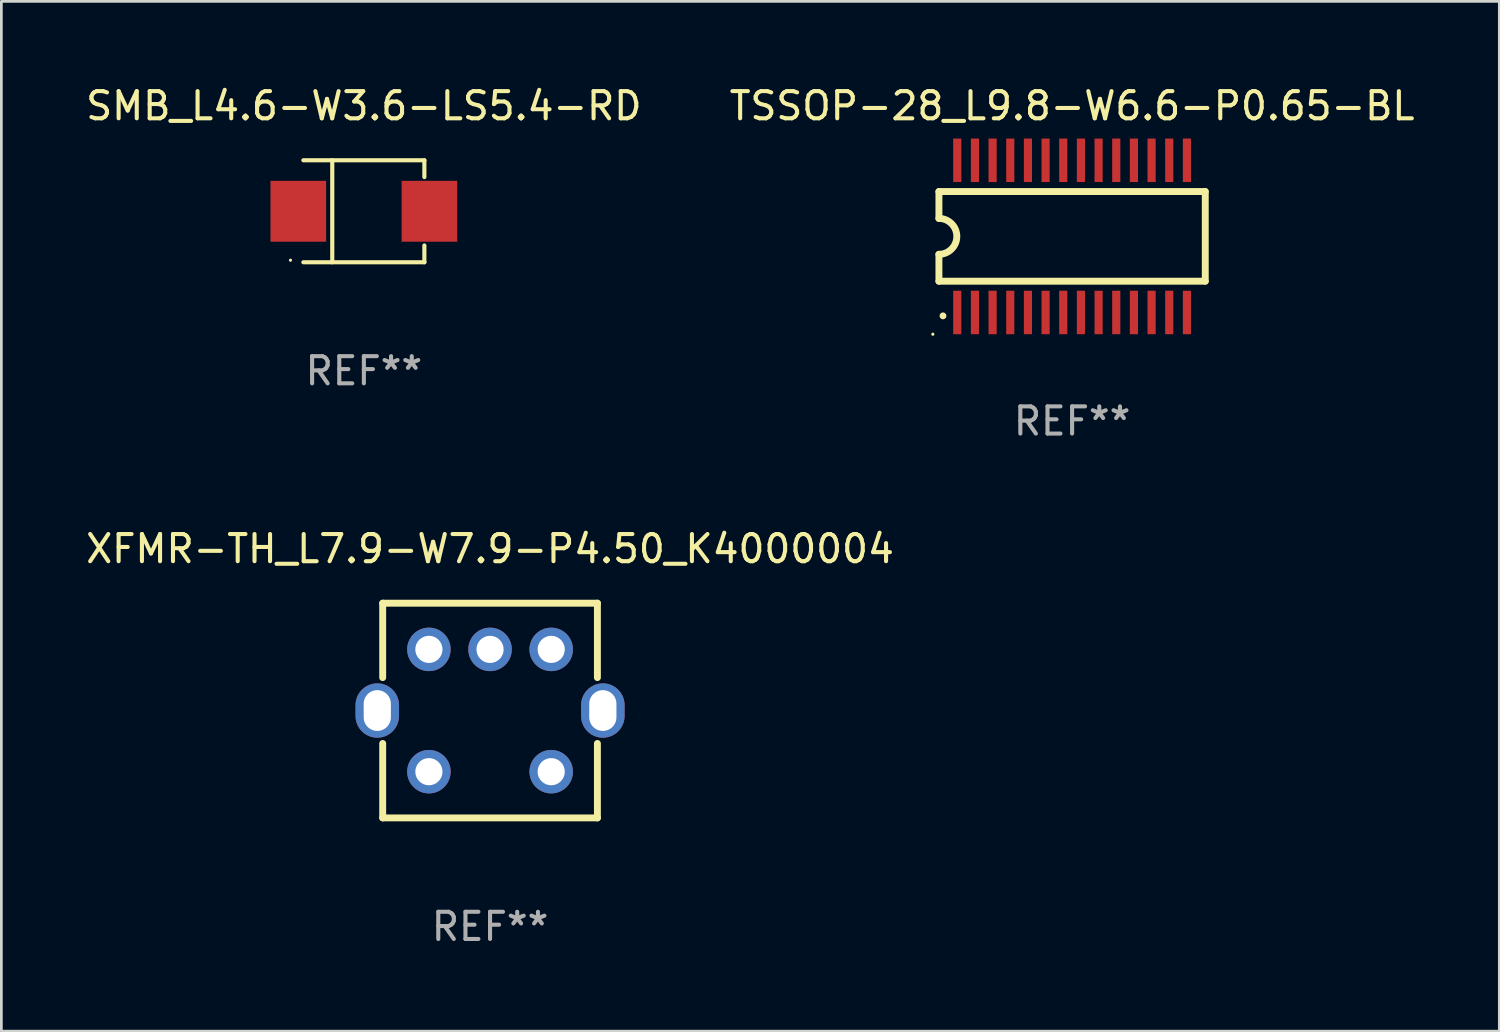
<source format=kicad_pcb>
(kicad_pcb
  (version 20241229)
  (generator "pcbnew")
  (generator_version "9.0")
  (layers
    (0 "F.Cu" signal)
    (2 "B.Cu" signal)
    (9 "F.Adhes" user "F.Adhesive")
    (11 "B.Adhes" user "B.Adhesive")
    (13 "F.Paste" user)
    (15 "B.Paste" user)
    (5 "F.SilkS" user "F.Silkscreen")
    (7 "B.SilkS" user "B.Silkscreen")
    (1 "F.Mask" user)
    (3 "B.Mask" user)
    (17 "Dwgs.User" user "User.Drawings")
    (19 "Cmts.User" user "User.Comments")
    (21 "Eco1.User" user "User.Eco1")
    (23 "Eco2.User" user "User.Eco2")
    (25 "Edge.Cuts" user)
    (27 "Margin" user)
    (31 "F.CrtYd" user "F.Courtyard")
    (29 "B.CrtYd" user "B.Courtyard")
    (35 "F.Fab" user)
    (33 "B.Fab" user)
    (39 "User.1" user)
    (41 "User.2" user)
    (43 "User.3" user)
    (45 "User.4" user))
  (footprint "XFMR-TH_L7.9-W7.9-P4.50_K4000004"
    (layer "F.Cu")
    (at 14.982 23.095)
    (property "Reference" "XFMR-TH_L7.9-W7.9-P4.50_K4000004" (at 0 -5.95 0) (layer "F.SilkS") (effects (font (size 1 1) (thickness 0.15))))
    (attr through_hole)
    (fp_line (start -3.95 -3.95) (end -3.95 -1.212) (stroke (width 0.254) (type solid)) (layer "F.SilkS"))
    (fp_line (start -3.95 1.211) (end -3.95 3.95) (stroke (width 0.254) (type solid)) (layer "F.SilkS"))
    (fp_line (start -3.95 3.95) (end 3.95 3.95) (stroke (width 0.254) (type solid)) (layer "F.SilkS"))
    (fp_line (start 3.95 -3.95) (end -3.95 -3.95) (stroke (width 0.254) (type solid)) (layer "F.SilkS"))
    (fp_line (start 3.95 -1.212) (end 3.95 -3.95) (stroke (width 0.254) (type solid)) (layer "F.SilkS"))
    (fp_line (start 3.95 3.95) (end 3.95 1.211) (stroke (width 0.254) (type solid)) (layer "F.SilkS"))
    (fp_text user "REF**" (at 0 7.95 0) (layer "F.Fab") (effects (font (size 1 1) (thickness 0.15))))
    (pad "1" thru_hole circle (at 2.25 -2.25) (size 1.6 1.6) (drill 1) (layers "*.Cu" "*.Mask"))
    (pad "2" thru_hole circle (at -0.000127 -2.25) (size 1.6 1.6) (drill 1) (layers "*.Cu" "*.Mask"))
    (pad "3" thru_hole circle (at -2.25 -2.25) (size 1.6 1.6) (drill 1) (layers "*.Cu" "*.Mask"))
    (pad "4" thru_hole circle (at -2.25 2.25) (size 1.6 1.6) (drill 1) (layers "*.Cu" "*.Mask"))
    (pad "6" thru_hole circle (at 2.25 2.25) (size 1.6 1.6) (drill 1) (layers "*.Cu" "*.Mask"))
    (pad "7" thru_hole oval (at 4.15 -0.000127 90) (size 2 1.6) (drill oval 1.5 1) (layers "*.Cu" "*.Mask"))
    (pad "8" thru_hole oval (at -4.15 -0.000127 90) (size 2 1.6) (drill oval 1.5 1) (layers "*.Cu" "*.Mask")))
  (footprint "TSSOP-28_L9.8-W6.6-P0.65-BL"
    (layer "F.Cu")
    (at 36.399 5.648)
    (property "Reference" "TSSOP-28_L9.8-W6.6-P0.65-BL" (at 0.000114 -4.8 0) (layer "F.SilkS") (effects (font (size 1 1) (thickness 0.15))))
    (attr smd)
    (fp_line (start -4.9 -1.65) (end -4.9 -0.66) (stroke (width 0.254) (type solid)) (layer "F.SilkS"))
    (fp_line (start -4.9 1.65) (end -4.9 0.659) (stroke (width 0.254) (type solid)) (layer "F.SilkS"))
    (fp_line (start -4.9 -1.65) (end 4.9 -1.65) (stroke (width 0.254) (type solid)) (layer "F.SilkS"))
    (fp_line (start -4.9 1.649) (end 4.9 1.649) (stroke (width 0.254) (type solid)) (layer "F.SilkS"))
    (fp_line (start 4.9 -1.65) (end 4.9 1.649) (stroke (width 0.254) (type solid)) (layer "F.SilkS"))
    (fp_arc (start -4.902083 -0.660909) (mid -4.241682 -0.000508) (end -4.902082 0.659893) (stroke (width 0.254001) (type solid)) (layer "F.SilkS"))
    (fp_arc (start -4.750597 2.923698) (mid -4.750591 2.924968) (end -4.750597 2.926238) (stroke (width 0.24892) (type solid)) (layer "F.SilkS"))
    (fp_circle (center -5.124 3.6) (end -5.094 3.6) (stroke (width 0.06) (type solid)) (fill no) (layer "F.SilkS"))
    (fp_text user "REF**" (at 0.000114 6.8 0) (layer "F.Fab") (effects (font (size 1 1) (thickness 0.15))))
    (pad "1" smd rect (at -4.225 2.8 90) (size 1.6 0.3) (layers "F.Cu" "F.Mask" "F.Paste"))
    (pad "2" smd rect (at -3.575 2.8 90) (size 1.6 0.3) (layers "F.Cu" "F.Mask" "F.Paste"))
    (pad "3" smd rect (at -2.925 2.8 90) (size 1.6 0.3) (layers "F.Cu" "F.Mask" "F.Paste"))
    (pad "4" smd rect (at -2.275 2.8 90) (size 1.6 0.3) (layers "F.Cu" "F.Mask" "F.Paste"))
    (pad "5" smd rect (at -1.625 2.8 90) (size 1.6 0.3) (layers "F.Cu" "F.Mask" "F.Paste"))
    (pad "6" smd rect (at -0.975 2.8 90) (size 1.6 0.3) (layers "F.Cu" "F.Mask" "F.Paste"))
    (pad "7" smd rect (at -0.325 2.8 90) (size 1.6 0.3) (layers "F.Cu" "F.Mask" "F.Paste"))
    (pad "8" smd rect (at 0.325 2.8 90) (size 1.6 0.3) (layers "F.Cu" "F.Mask" "F.Paste"))
    (pad "9" smd rect (at 0.975 2.8 90) (size 1.6 0.3) (layers "F.Cu" "F.Mask" "F.Paste"))
    (pad "10" smd rect (at 1.625 2.8 90) (size 1.6 0.3) (layers "F.Cu" "F.Mask" "F.Paste"))
    (pad "11" smd rect (at 2.275 2.8 90) (size 1.6 0.3) (layers "F.Cu" "F.Mask" "F.Paste"))
    (pad "12" smd rect (at 2.925 2.8 90) (size 1.6 0.3) (layers "F.Cu" "F.Mask" "F.Paste"))
    (pad "13" smd rect (at 3.575 2.8 90) (size 1.6 0.3) (layers "F.Cu" "F.Mask" "F.Paste"))
    (pad "14" smd rect (at 4.225 2.8 90) (size 1.6 0.3) (layers "F.Cu" "F.Mask" "F.Paste"))
    (pad "15" smd rect (at 4.225 -2.8 90) (size 1.6 0.3) (layers "F.Cu" "F.Mask" "F.Paste"))
    (pad "16" smd rect (at 3.575 -2.8 90) (size 1.6 0.3) (layers "F.Cu" "F.Mask" "F.Paste"))
    (pad "17" smd rect (at 2.925 -2.8 90) (size 1.6 0.3) (layers "F.Cu" "F.Mask" "F.Paste"))
    (pad "18" smd rect (at 2.275 -2.8 90) (size 1.6 0.3) (layers "F.Cu" "F.Mask" "F.Paste"))
    (pad "19" smd rect (at 1.625 -2.8 90) (size 1.6 0.3) (layers "F.Cu" "F.Mask" "F.Paste"))
    (pad "20" smd rect (at 0.975 -2.8 90) (size 1.6 0.3) (layers "F.Cu" "F.Mask" "F.Paste"))
    (pad "21" smd rect (at 0.325 -2.8 90) (size 1.6 0.3) (layers "F.Cu" "F.Mask" "F.Paste"))
    (pad "22" smd rect (at -0.325 -2.8 90) (size 1.6 0.3) (layers "F.Cu" "F.Mask" "F.Paste"))
    (pad "23" smd rect (at -0.975 -2.8 90) (size 1.6 0.3) (layers "F.Cu" "F.Mask" "F.Paste"))
    (pad "24" smd rect (at -1.625 -2.8 90) (size 1.6 0.3) (layers "F.Cu" "F.Mask" "F.Paste"))
    (pad "25" smd rect (at -2.275 -2.8 90) (size 1.6 0.3) (layers "F.Cu" "F.Mask" "F.Paste"))
    (pad "26" smd rect (at -2.925 -2.8 90) (size 1.6 0.3) (layers "F.Cu" "F.Mask" "F.Paste"))
    (pad "27" smd rect (at -3.575 -2.8 90) (size 1.6 0.3) (layers "F.Cu" "F.Mask" "F.Paste"))
    (pad "28" smd rect (at -4.225 -2.8 90) (size 1.6 0.3) (layers "F.Cu" "F.Mask" "F.Paste")))
  (footprint "SMB_L4.6-W3.6-LS5.4-RD"
    (layer "F.Cu")
    (at 10.339 4.724)
    (property "Reference" "SMB_L4.6-W3.6-LS5.4-RD" (at 0 -3.876 0) (layer "F.SilkS") (effects (font (size 1 1) (thickness 0.15))))
    (attr smd)
    (fp_line (start -2.226 -1.876) (end 2.226 -1.876) (stroke (width 0.152) (type solid)) (layer "F.SilkS"))
    (fp_line (start -2.226 1.876) (end 2.226 1.876) (stroke (width 0.152) (type solid)) (layer "F.SilkS"))
    (fp_line (start -1.163 -1.876) (end -1.163 1.876) (stroke (width 0.152) (type solid)) (layer "F.SilkS"))
    (fp_line (start 2.226 -1.876) (end 2.226 -1.258) (stroke (width 0.152) (type solid)) (layer "F.SilkS"))
    (fp_line (start 2.226 1.876) (end 2.226 1.258) (stroke (width 0.152) (type solid)) (layer "F.SilkS"))
    (fp_circle (center -2.7 1.8) (end -2.67 1.8) (stroke (width 0.06) (type solid)) (fill no) (layer "F.SilkS"))
    (fp_text user "REF**" (at 0 5.876 0) (layer "F.Fab") (effects (font (size 1 1) (thickness 0.15))))
    (pad "1" smd rect (at -2.413 0) (size 2.047 2.241) (layers "F.Cu" "F.Mask" "F.Paste"))
    (pad "2" smd rect (at 2.413 0) (size 2.047 2.241) (layers "F.Cu" "F.Mask" "F.Paste")))
  (gr_rect
    (start -3 -3)
    (end 52.119 34.893)
    (stroke (width 0.1) (type default))
    (fill no)
    (layer "Edge.Cuts")))
</source>
